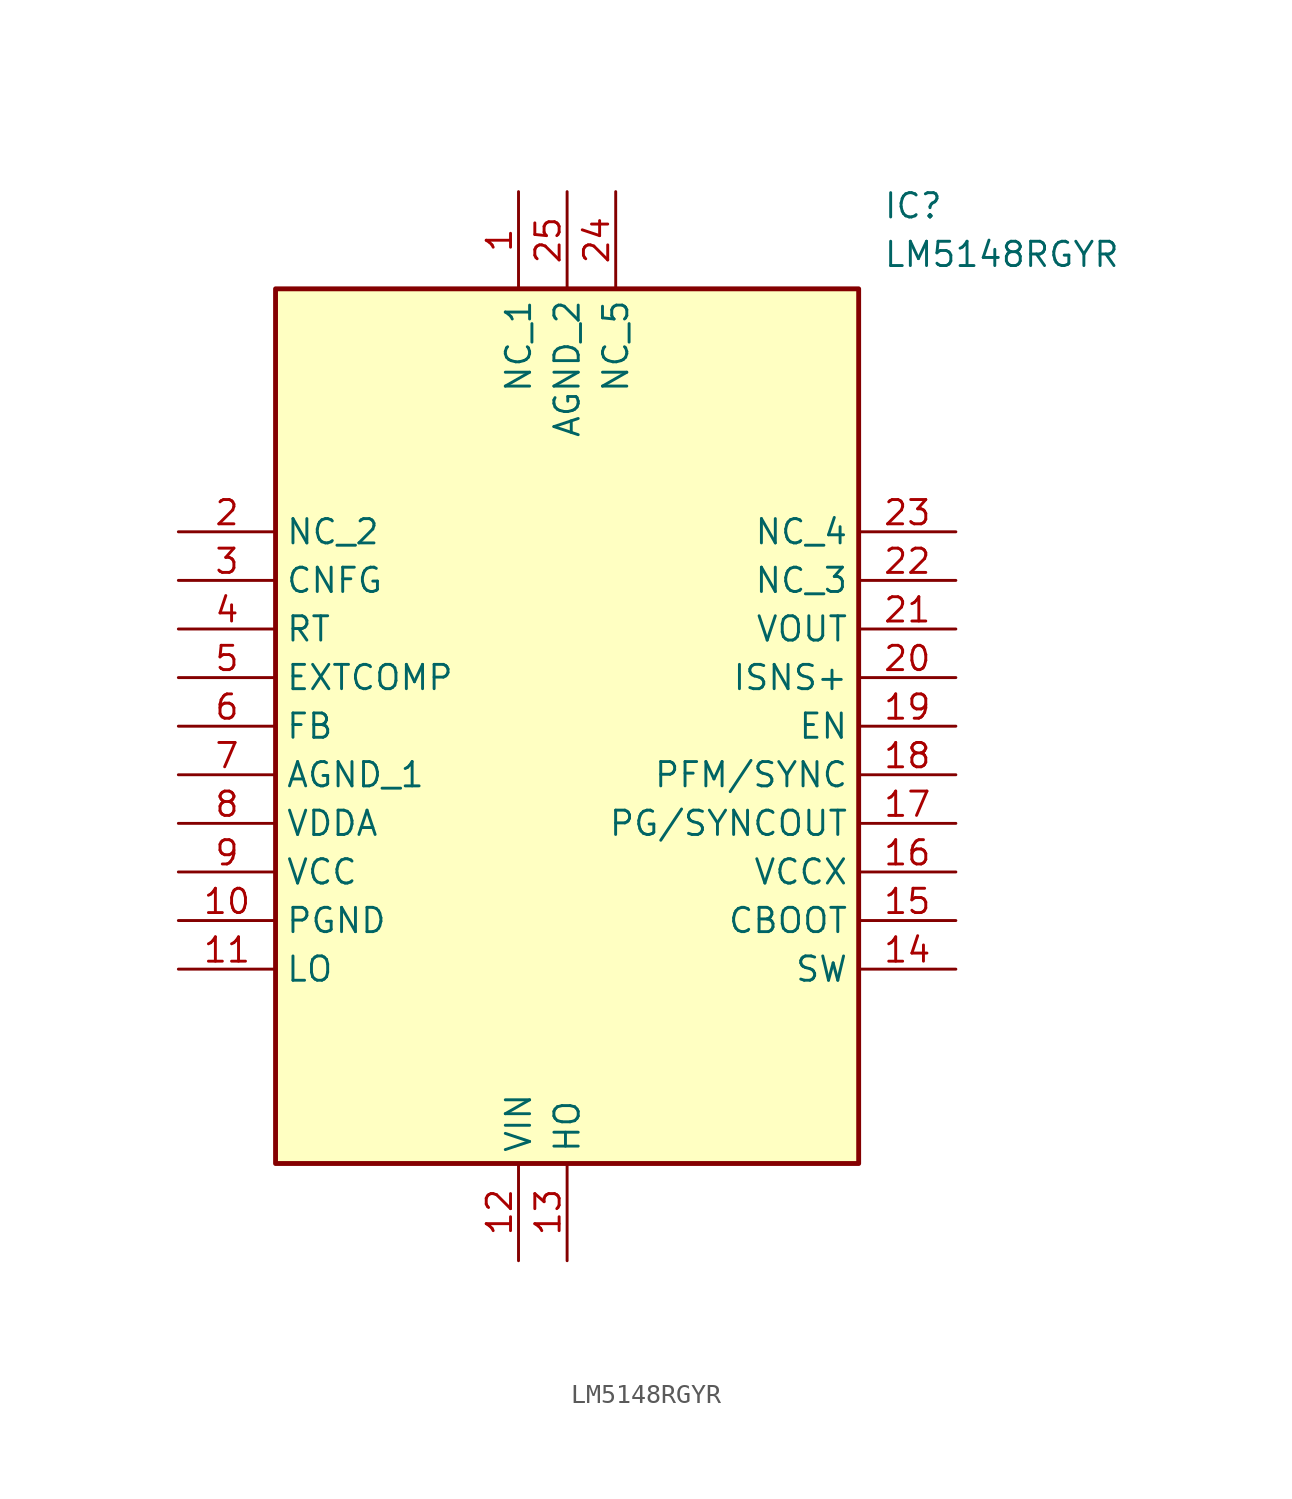
<source format=kicad_sym>
(kicad_symbol_lib
  (version 20211014)
  (generator SamacSys_ECAD_Model)
  (symbol "LM5148RGYR"
    (property "Reference" "IC"
      (at 36.83 17.78 0)
      (effects (font (size 1.27 1.27)) (justify left top)))
    (property "Value" "LM5148RGYR"
      (at 36.83 15.24 0)
      (effects (font (size 1.27 1.27)) (justify left top)))
    (rectangle
      (start 5.08 12.7)
      (end 35.56 -33.02)
      (stroke (width 0.254) (type default))
      (fill (type background)))
    (pin passive line
      (at 17.78 17.78 270)
      (length 5.08)
      (name "NC_1" (effects (font (size 1.27 1.27))))
      (number "1" (effects (font (size 1.27 1.27)))))
    (pin passive line
      (at 0 0 0)
      (length 5.08)
      (name "NC_2" (effects (font (size 1.27 1.27))))
      (number "2" (effects (font (size 1.27 1.27)))))
    (pin passive line
      (at 0 -2.54 0)
      (length 5.08)
      (name "CNFG" (effects (font (size 1.27 1.27))))
      (number "3" (effects (font (size 1.27 1.27)))))
    (pin passive line
      (at 0 -5.08 0)
      (length 5.08)
      (name "RT" (effects (font (size 1.27 1.27))))
      (number "4" (effects (font (size 1.27 1.27)))))
    (pin passive line
      (at 0 -7.62 0)
      (length 5.08)
      (name "EXTCOMP" (effects (font (size 1.27 1.27))))
      (number "5" (effects (font (size 1.27 1.27)))))
    (pin passive line
      (at 0 -10.16 0)
      (length 5.08)
      (name "FB" (effects (font (size 1.27 1.27))))
      (number "6" (effects (font (size 1.27 1.27)))))
    (pin passive line
      (at 0 -12.7 0)
      (length 5.08)
      (name "AGND_1" (effects (font (size 1.27 1.27))))
      (number "7" (effects (font (size 1.27 1.27)))))
    (pin passive line
      (at 0 -15.24 0)
      (length 5.08)
      (name "VDDA" (effects (font (size 1.27 1.27))))
      (number "8" (effects (font (size 1.27 1.27)))))
    (pin passive line
      (at 0 -17.78 0)
      (length 5.08)
      (name "VCC" (effects (font (size 1.27 1.27))))
      (number "9" (effects (font (size 1.27 1.27)))))
    (pin passive line
      (at 0 -20.32 0)
      (length 5.08)
      (name "PGND" (effects (font (size 1.27 1.27))))
      (number "10" (effects (font (size 1.27 1.27)))))
    (pin passive line
      (at 0 -22.86 0)
      (length 5.08)
      (name "LO" (effects (font (size 1.27 1.27))))
      (number "11" (effects (font (size 1.27 1.27)))))
    (pin passive line
      (at 17.78 -38.1 90)
      (length 5.08)
      (name "VIN" (effects (font (size 1.27 1.27))))
      (number "12" (effects (font (size 1.27 1.27)))))
    (pin passive line
      (at 20.32 -38.1 90)
      (length 5.08)
      (name "HO" (effects (font (size 1.27 1.27))))
      (number "13" (effects (font (size 1.27 1.27)))))
    (pin passive line
      (at 40.64 -22.86 180)
      (length 5.08)
      (name "SW" (effects (font (size 1.27 1.27))))
      (number "14" (effects (font (size 1.27 1.27)))))
    (pin passive line
      (at 40.64 -20.32 180)
      (length 5.08)
      (name "CBOOT" (effects (font (size 1.27 1.27))))
      (number "15" (effects (font (size 1.27 1.27)))))
    (pin passive line
      (at 40.64 -17.78 180)
      (length 5.08)
      (name "VCCX" (effects (font (size 1.27 1.27))))
      (number "16" (effects (font (size 1.27 1.27)))))
    (pin passive line
      (at 40.64 -15.24 180)
      (length 5.08)
      (name "PG/SYNCOUT" (effects (font (size 1.27 1.27))))
      (number "17" (effects (font (size 1.27 1.27)))))
    (pin passive line
      (at 40.64 -12.7 180)
      (length 5.08)
      (name "PFM/SYNC" (effects (font (size 1.27 1.27))))
      (number "18" (effects (font (size 1.27 1.27)))))
    (pin passive line
      (at 40.64 -10.16 180)
      (length 5.08)
      (name "EN" (effects (font (size 1.27 1.27))))
      (number "19" (effects (font (size 1.27 1.27)))))
    (pin passive line
      (at 40.64 -7.62 180)
      (length 5.08)
      (name "ISNS+" (effects (font (size 1.27 1.27))))
      (number "20" (effects (font (size 1.27 1.27)))))
    (pin passive line
      (at 40.64 -5.08 180)
      (length 5.08)
      (name "VOUT" (effects (font (size 1.27 1.27))))
      (number "21" (effects (font (size 1.27 1.27)))))
    (pin passive line
      (at 40.64 -2.54 180)
      (length 5.08)
      (name "NC_3" (effects (font (size 1.27 1.27))))
      (number "22" (effects (font (size 1.27 1.27)))))
    (pin passive line
      (at 40.64 0 180)
      (length 5.08)
      (name "NC_4" (effects (font (size 1.27 1.27))))
      (number "23" (effects (font (size 1.27 1.27)))))
    (pin passive line
      (at 22.86 17.78 270)
      (length 5.08)
      (name "NC_5" (effects (font (size 1.27 1.27))))
      (number "24" (effects (font (size 1.27 1.27)))))
    (pin passive line
      (at 20.32 17.78 270)
      (length 5.08)
      (name "AGND_2" (effects (font (size 1.27 1.27))))
      (number "25" (effects (font (size 1.27 1.27)))))))
</source>
